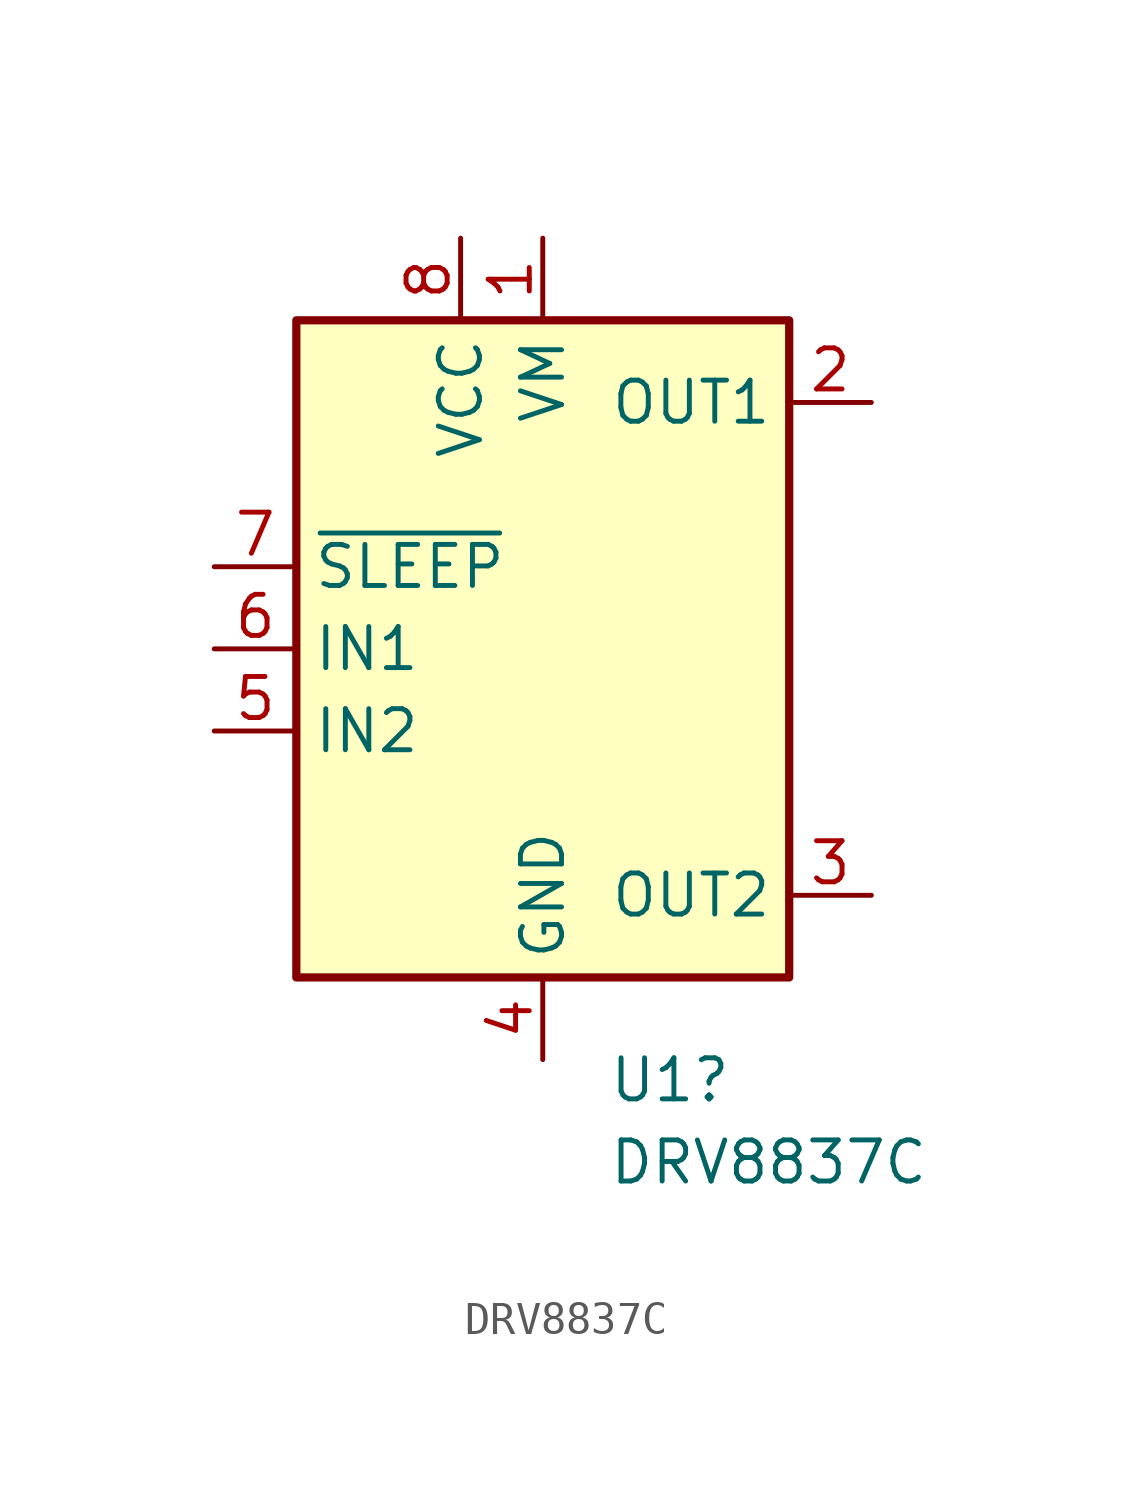
<source format=kicad_sym>
(kicad_symbol_lib
  (version 20211014)
  (generator kicad_symbol_editor)
  (symbol "DRV8837C"
    (property "Reference" "U1"
      (at 2.019 -13.335 0)
      (effects (font (size 1.27 1.27)) (justify left)))
    (property "Value" "DRV8837C"
      (at 2.019 -15.875 0)
      (effects (font (size 1.27 1.27)) (justify left)))
    (symbol "DRV8837C_0_1"
      (rectangle (start -7.62 10.16) (end 7.62 -10.16) (stroke (width 0.254) (type default) (color 0 0 0 0)) (fill (type background))))
    (symbol "DRV8837C_1_1"
      (pin power_in line (at 0 12.7 270) (length 2.54) (name "VM" (effects (font (size 1.27 1.27)))) (number "1" (effects (font (size 1.27 1.27)))))
      (pin output line (at 10.16 7.62 180) (length 2.54) (name "OUT1" (effects (font (size 1.27 1.27)))) (number "2" (effects (font (size 1.27 1.27)))))
      (pin output line (at 10.16 -7.62 180) (length 2.54) (name "OUT2" (effects (font (size 1.27 1.27)))) (number "3" (effects (font (size 1.27 1.27)))))
      (pin power_in line (at 0 -12.7 90) (length 2.54) (name "GND" (effects (font (size 1.27 1.27)))) (number "4" (effects (font (size 1.27 1.27)))))
      (pin input line (at -10.16 -2.54 0) (length 2.54) (name "IN2" (effects (font (size 1.27 1.27)))) (number "5" (effects (font (size 1.27 1.27)))))
      (pin input line (at -10.16 0 0) (length 2.54) (name "IN1" (effects (font (size 1.27 1.27)))) (number "6" (effects (font (size 1.27 1.27)))))
      (pin input line (at -10.16 2.54 0) (length 2.54) (name "~{SLEEP}" (effects (font (size 1.27 1.27)))) (number "7" (effects (font (size 1.27 1.27)))))
      (pin power_in line (at -2.54 12.7 270) (length 2.54) (name "VCC" (effects (font (size 1.27 1.27)))) (number "8" (effects (font (size 1.27 1.27)))))
      (pin passive line (at 0 -12.7 90) (length 2.54) hide (name "GND" (effects (font (size 1.27 1.27)))) (number "9" (effects (font (size 1.27 1.27))))))))
</source>
